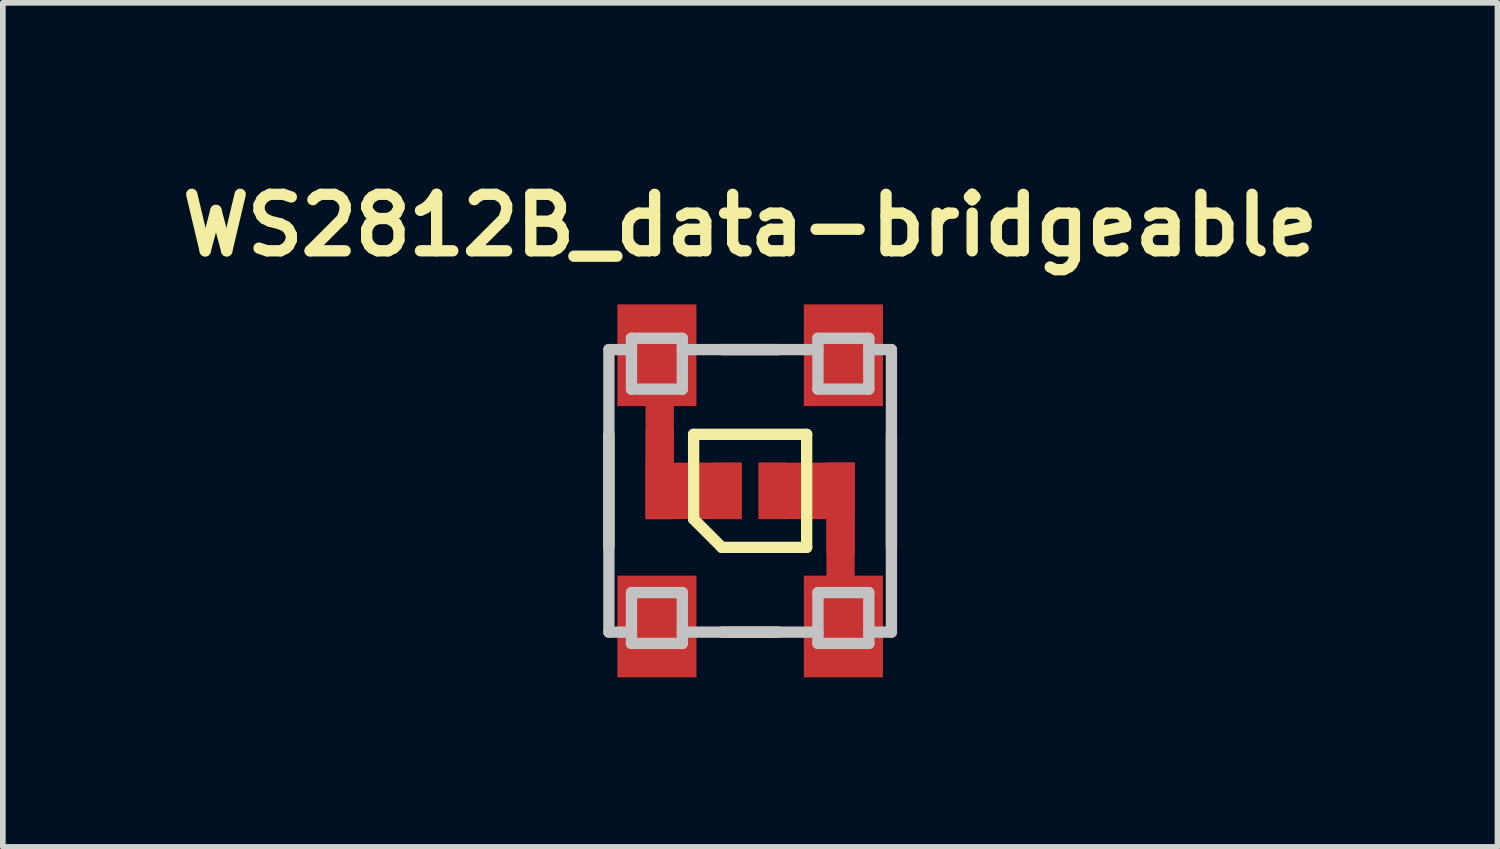
<source format=kicad_pcb>
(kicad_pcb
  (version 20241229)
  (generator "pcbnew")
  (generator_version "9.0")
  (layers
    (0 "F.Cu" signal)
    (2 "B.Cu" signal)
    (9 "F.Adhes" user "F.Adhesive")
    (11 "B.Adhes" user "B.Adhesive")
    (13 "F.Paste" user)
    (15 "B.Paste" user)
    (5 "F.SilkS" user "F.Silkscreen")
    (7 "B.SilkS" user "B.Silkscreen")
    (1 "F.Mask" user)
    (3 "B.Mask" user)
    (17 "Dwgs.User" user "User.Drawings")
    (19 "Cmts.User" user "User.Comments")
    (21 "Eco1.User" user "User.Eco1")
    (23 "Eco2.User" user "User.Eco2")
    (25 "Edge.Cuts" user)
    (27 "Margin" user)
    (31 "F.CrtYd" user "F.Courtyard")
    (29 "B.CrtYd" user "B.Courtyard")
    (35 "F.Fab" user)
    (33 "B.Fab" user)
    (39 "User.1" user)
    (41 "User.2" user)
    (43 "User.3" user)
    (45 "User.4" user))
  (footprint "WS2812B_data-bridgeable"
    (layer "F.Cu")
    (at 10.224 5.636)
    (property "Reference" "WS2812B_data-bridgeable" (at 0 -4.7 0) (layer "F.SilkS") (effects (font (size 1 1) (thickness 0.2))))
    (attr through_hole)
    (fp_line (start -2.5 -1) (end -2.5 1) (stroke (width 0.2) (type solid)) (layer "F.SilkS"))
    (fp_line (start -1 -1) (end 1 -1) (stroke (width 0.2) (type solid)) (layer "F.SilkS"))
    (fp_line (start -1 0.5) (end -1 -1) (stroke (width 0.2) (type solid)) (layer "F.SilkS"))
    (fp_line (start -0.5 -2.5) (end 0.5 -2.5) (stroke (width 0.2) (type solid)) (layer "F.SilkS"))
    (fp_line (start -0.5 1) (end -1 0.5) (stroke (width 0.2) (type solid)) (layer "F.SilkS"))
    (fp_line (start -0.5 2.5) (end 0.5 2.5) (stroke (width 0.2) (type solid)) (layer "F.SilkS"))
    (fp_line (start 1 -1) (end 1 1) (stroke (width 0.2) (type solid)) (layer "F.SilkS"))
    (fp_line (start 1 1) (end -0.5 1) (stroke (width 0.2) (type solid)) (layer "F.SilkS"))
    (fp_line (start 2.5 -1) (end 2.5 1) (stroke (width 0.2) (type solid)) (layer "F.SilkS"))
    (fp_line (start -2.5 -2.5) (end -2.1 -2.5) (stroke (width 0.2) (type solid)) (layer "Dwgs.User"))
    (fp_line (start -2.5 2.5) (end -2.1 2.5) (stroke (width 0.2) (type solid)) (layer "Dwgs.User"))
    (fp_line (start -2.499 2.499) (end -2.499 -2.499) (stroke (width 0.2) (type solid)) (layer "Dwgs.User"))
    (fp_line (start -2.1 -2.7) (end -1.2 -2.7) (stroke (width 0.2) (type solid)) (layer "Dwgs.User"))
    (fp_line (start -2.1 -1.8) (end -2.1 -2.7) (stroke (width 0.2) (type solid)) (layer "Dwgs.User"))
    (fp_line (start -2.1 1.8) (end -1.2 1.8) (stroke (width 0.2) (type solid)) (layer "Dwgs.User"))
    (fp_line (start -2.1 2.7) (end -2.1 1.8) (stroke (width 0.2) (type solid)) (layer "Dwgs.User"))
    (fp_line (start -1.2 -2.7) (end -1.2 -1.8) (stroke (width 0.2) (type solid)) (layer "Dwgs.User"))
    (fp_line (start -1.2 -2.5) (end 1.2 -2.5) (stroke (width 0.2) (type solid)) (layer "Dwgs.User"))
    (fp_line (start -1.2 -1.8) (end -2.1 -1.8) (stroke (width 0.2) (type solid)) (layer "Dwgs.User"))
    (fp_line (start -1.2 1.8) (end -1.2 2.7) (stroke (width 0.2) (type solid)) (layer "Dwgs.User"))
    (fp_line (start -1.2 2.5) (end 1.2 2.5) (stroke (width 0.2) (type solid)) (layer "Dwgs.User"))
    (fp_line (start -1.2 2.7) (end -2.1 2.7) (stroke (width 0.2) (type solid)) (layer "Dwgs.User"))
    (fp_line (start 1.2 -2.7) (end 1.2 -1.8) (stroke (width 0.2) (type solid)) (layer "Dwgs.User"))
    (fp_line (start 1.2 -1.8) (end 2.1 -1.8) (stroke (width 0.2) (type solid)) (layer "Dwgs.User"))
    (fp_line (start 1.2 1.8) (end 2.1 1.8) (stroke (width 0.2) (type solid)) (layer "Dwgs.User"))
    (fp_line (start 1.2 2.7) (end 1.2 1.8) (stroke (width 0.2) (type solid)) (layer "Dwgs.User"))
    (fp_line (start 2.1 -2.7) (end 1.2 -2.7) (stroke (width 0.2) (type solid)) (layer "Dwgs.User"))
    (fp_line (start 2.1 -2.5) (end 2.5 -2.5) (stroke (width 0.2) (type solid)) (layer "Dwgs.User"))
    (fp_line (start 2.1 -1.8) (end 2.1 -2.7) (stroke (width 0.2) (type solid)) (layer "Dwgs.User"))
    (fp_line (start 2.1 1.8) (end 2.1 2.7) (stroke (width 0.2) (type solid)) (layer "Dwgs.User"))
    (fp_line (start 2.1 2.5) (end 2.5 2.5) (stroke (width 0.2) (type solid)) (layer "Dwgs.User"))
    (fp_line (start 2.1 2.7) (end 1.2 2.7) (stroke (width 0.2) (type solid)) (layer "Dwgs.User"))
    (fp_line (start 2.5 -2.5) (end 2.5 2.5) (stroke (width 0.2) (type solid)) (layer "Dwgs.User"))
    (pad "1" smd rect (at 1.65 -2.4) (size 1.4 1.8) (layers "F.Cu" "F.Mask" "F.Paste"))
    (pad "2" smd rect (at -1.65 -2.4) (size 1.4 1.8) (layers "F.Cu" "F.Mask" "F.Paste"))
    (pad "2" smd rect (at -1.6 -1) (size 0.5 3) (layers "F.Cu"))
    (pad "2" smd rect (at -1.6 -0.3) (size 0.5 1.6) (layers "F.Cu"))
    (pad "2" smd rect (at -1 0) (size 1.7 1) (layers "F.Cu"))
    (pad "2" smd rect (at -0.4 0) (size 0.5 1) (layers "F.Cu" "F.Mask"))
    (pad "3" smd rect (at -1.65 2.4) (size 1.4 1.8) (layers "F.Cu" "F.Mask" "F.Paste"))
    (pad "4" smd rect (at 0.4 0) (size 0.5 1) (layers "F.Cu" "F.Mask"))
    (pad "4" smd rect (at 1 0) (size 1.7 1) (layers "F.Cu"))
    (pad "4" smd rect (at 1.6 0.3) (size 0.5 1.6) (layers "F.Cu"))
    (pad "4" smd rect (at 1.6 1) (size 0.5 3) (layers "F.Cu"))
    (pad "4" smd rect (at 1.65 2.4) (size 1.4 1.8) (layers "F.Cu" "F.Mask" "F.Paste")))
  (gr_rect
    (start -3 -3)
    (end 23.448 11.936)
    (stroke (width 0.1) (type default))
    (fill no)
    (layer "Edge.Cuts")))
</source>
